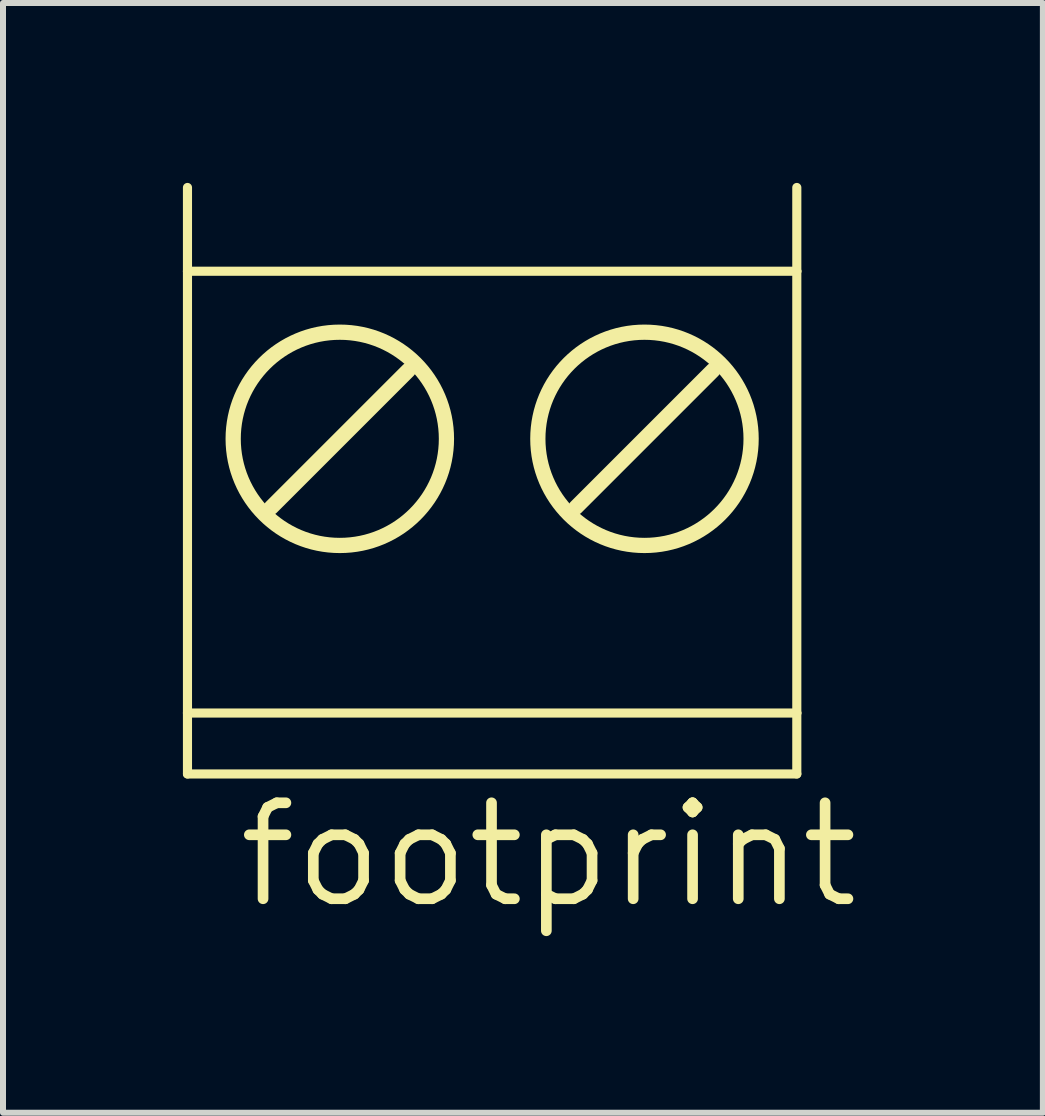
<source format=kicad_pcb>
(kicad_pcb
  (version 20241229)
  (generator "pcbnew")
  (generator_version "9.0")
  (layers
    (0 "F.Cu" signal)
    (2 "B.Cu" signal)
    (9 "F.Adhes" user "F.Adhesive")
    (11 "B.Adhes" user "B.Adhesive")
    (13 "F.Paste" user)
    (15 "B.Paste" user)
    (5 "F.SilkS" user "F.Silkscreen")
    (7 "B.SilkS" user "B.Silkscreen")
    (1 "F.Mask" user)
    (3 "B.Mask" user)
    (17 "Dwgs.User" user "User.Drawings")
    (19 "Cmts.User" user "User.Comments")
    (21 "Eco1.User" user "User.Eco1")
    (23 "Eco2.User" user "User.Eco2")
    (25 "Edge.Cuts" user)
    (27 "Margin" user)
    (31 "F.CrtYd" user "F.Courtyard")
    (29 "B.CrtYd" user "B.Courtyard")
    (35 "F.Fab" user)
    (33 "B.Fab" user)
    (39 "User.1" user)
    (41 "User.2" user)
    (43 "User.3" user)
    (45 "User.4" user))
  (footprint "footprint"
    (layer "F.Cu")
    (at 5.156 5.283)
    (property "Reference" "footprint" (at -4.318 6.858 0) (layer "F.SilkS") (effects (font (size 1.6 1.6) (thickness 0.178)) (justify left bottom)))
    (fp_line (start -5.08 -3.81) (end -5.08 -5.207) (stroke (width 0.152) (type solid)) (layer "F.SilkS"))
    (fp_line (start -5.08 -3.81) (end -5.08 3.556) (stroke (width 0.152) (type solid)) (layer "F.SilkS"))
    (fp_line (start -5.08 -3.81) (end 5.08 -3.81) (stroke (width 0.152) (type solid)) (layer "F.SilkS"))
    (fp_line (start -5.08 3.556) (end -5.08 4.572) (stroke (width 0.152) (type solid)) (layer "F.SilkS"))
    (fp_line (start -5.08 3.556) (end 5.08 3.556) (stroke (width 0.152) (type solid)) (layer "F.SilkS"))
    (fp_line (start -5.08 4.572) (end 5.08 4.572) (stroke (width 0.152) (type solid)) (layer "F.SilkS"))
    (fp_line (start -3.683 0.127) (end -1.397 -2.159) (stroke (width 0.254) (type solid)) (layer "F.SilkS"))
    (fp_line (start 1.397 0.127) (end 3.683 -2.159) (stroke (width 0.254) (type solid)) (layer "F.SilkS"))
    (fp_line (start 5.08 -3.81) (end 5.08 -5.207) (stroke (width 0.152) (type solid)) (layer "F.SilkS"))
    (fp_line (start 5.08 -3.81) (end 5.08 3.556) (stroke (width 0.152) (type solid)) (layer "F.SilkS"))
    (fp_line (start 5.08 3.556) (end 5.08 4.572) (stroke (width 0.152) (type solid)) (layer "F.SilkS"))
    (fp_circle (center -2.54 -1.016) (end -0.762 -1.016) (stroke (width 0.254) (type solid)) (fill no) (layer "F.SilkS"))
    (fp_circle (center 2.54 -1.016) (end 4.318 -1.016) (stroke (width 0.254) (type solid)) (fill no) (layer "F.SilkS")))
  (gr_rect
    (start -3 -3)
    (end 14.339 15.504)
    (stroke (width 0.1) (type default))
    (fill no)
    (layer "Edge.Cuts")))
</source>
